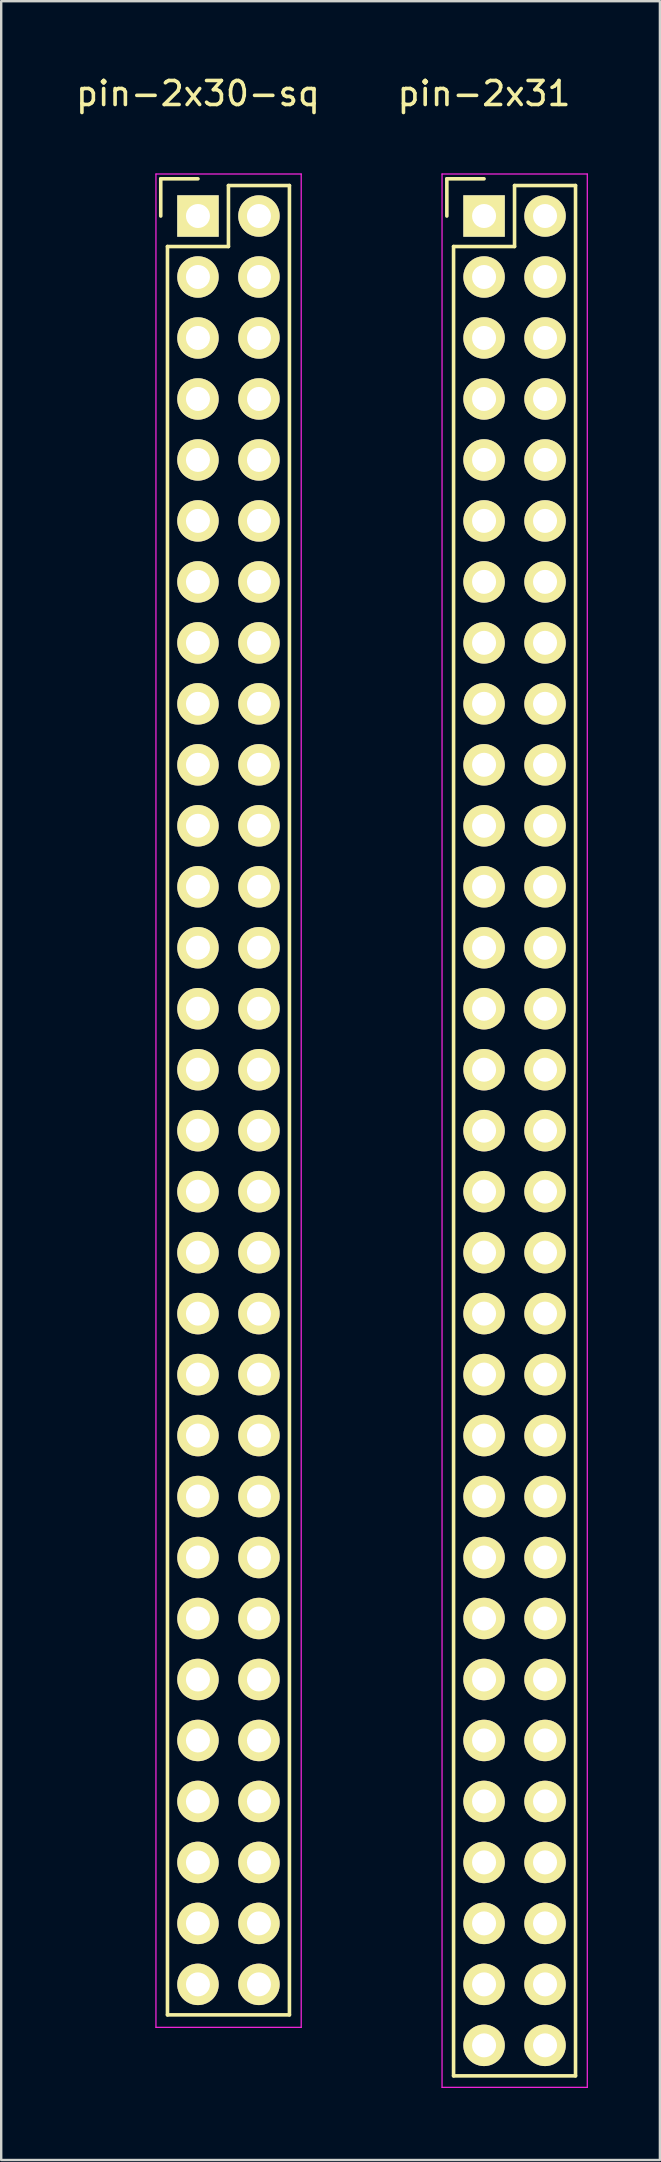
<source format=kicad_pcb>
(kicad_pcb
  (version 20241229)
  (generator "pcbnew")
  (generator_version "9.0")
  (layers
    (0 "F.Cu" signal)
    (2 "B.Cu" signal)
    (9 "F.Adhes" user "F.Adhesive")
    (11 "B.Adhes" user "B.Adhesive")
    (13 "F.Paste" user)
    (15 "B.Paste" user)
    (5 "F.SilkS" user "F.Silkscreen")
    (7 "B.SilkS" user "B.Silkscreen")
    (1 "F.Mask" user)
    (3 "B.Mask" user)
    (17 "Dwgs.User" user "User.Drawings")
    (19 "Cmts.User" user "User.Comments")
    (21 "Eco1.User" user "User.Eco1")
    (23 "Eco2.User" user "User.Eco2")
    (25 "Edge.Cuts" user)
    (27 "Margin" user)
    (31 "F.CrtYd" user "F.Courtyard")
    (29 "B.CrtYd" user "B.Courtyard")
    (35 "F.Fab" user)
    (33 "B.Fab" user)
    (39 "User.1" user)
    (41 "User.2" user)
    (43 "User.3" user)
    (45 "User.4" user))
  (footprint "pin-2x31"
    (layer "F.Cu")
    (at 17.113 5.948)
    (property "Reference" "pin-2x31" (at 0 -5.1 0) (layer "F.SilkS") (effects (font (size 1 1) (thickness 0.15))))
    (attr through_hole)
    (fp_line (start -1.55 -1.55) (end -1.55 0) (stroke (width 0.15) (type solid)) (layer "F.SilkS"))
    (fp_line (start -1.27 77.47) (end -1.27 1.27) (stroke (width 0.15) (type solid)) (layer "F.SilkS"))
    (fp_line (start 0 -1.55) (end -1.55 -1.55) (stroke (width 0.15) (type solid)) (layer "F.SilkS"))
    (fp_line (start 1.27 -1.27) (end 1.27 1.27) (stroke (width 0.15) (type solid)) (layer "F.SilkS"))
    (fp_line (start 1.27 1.27) (end -1.27 1.27) (stroke (width 0.15) (type solid)) (layer "F.SilkS"))
    (fp_line (start 3.81 -1.27) (end 1.27 -1.27) (stroke (width 0.15) (type solid)) (layer "F.SilkS"))
    (fp_line (start 3.81 -1.27) (end 3.81 77.47) (stroke (width 0.15) (type solid)) (layer "F.SilkS"))
    (fp_line (start 3.81 77.47) (end -1.27 77.47) (stroke (width 0.15) (type solid)) (layer "F.SilkS"))
    (fp_line (start -1.75 -1.75) (end -1.75 77.95) (stroke (width 0.05) (type solid)) (layer "F.CrtYd"))
    (fp_line (start -1.75 -1.75) (end 4.3 -1.75) (stroke (width 0.05) (type solid)) (layer "F.CrtYd"))
    (fp_line (start -1.75 77.95) (end 4.3 77.95) (stroke (width 0.05) (type solid)) (layer "F.CrtYd"))
    (fp_line (start 4.3 -1.75) (end 4.3 77.95) (stroke (width 0.05) (type solid)) (layer "F.CrtYd"))
    (pad "1" thru_hole rect (at 0 0) (size 1.727 1.727) (drill 1) (layers "*.Cu" "*.Mask" "F.SilkS"))
    (pad "2" thru_hole oval (at 2.54 0) (size 1.727 1.727) (drill 1) (layers "*.Cu" "*.Mask" "F.SilkS"))
    (pad "3" thru_hole oval (at 0 2.54) (size 1.727 1.727) (drill 1) (layers "*.Cu" "*.Mask" "F.SilkS"))
    (pad "4" thru_hole oval (at 2.54 2.54) (size 1.727 1.727) (drill 1) (layers "*.Cu" "*.Mask" "F.SilkS"))
    (pad "5" thru_hole oval (at 0 5.08) (size 1.727 1.727) (drill 1) (layers "*.Cu" "*.Mask" "F.SilkS"))
    (pad "6" thru_hole oval (at 2.54 5.08) (size 1.727 1.727) (drill 1) (layers "*.Cu" "*.Mask" "F.SilkS"))
    (pad "7" thru_hole oval (at 0 7.62) (size 1.727 1.727) (drill 1) (layers "*.Cu" "*.Mask" "F.SilkS"))
    (pad "8" thru_hole oval (at 2.54 7.62) (size 1.727 1.727) (drill 1) (layers "*.Cu" "*.Mask" "F.SilkS"))
    (pad "9" thru_hole oval (at 0 10.16) (size 1.727 1.727) (drill 1) (layers "*.Cu" "*.Mask" "F.SilkS"))
    (pad "10" thru_hole oval (at 2.54 10.16) (size 1.727 1.727) (drill 1) (layers "*.Cu" "*.Mask" "F.SilkS"))
    (pad "11" thru_hole oval (at 0 12.7) (size 1.727 1.727) (drill 1) (layers "*.Cu" "*.Mask" "F.SilkS"))
    (pad "12" thru_hole oval (at 2.54 12.7) (size 1.727 1.727) (drill 1) (layers "*.Cu" "*.Mask" "F.SilkS"))
    (pad "13" thru_hole oval (at 0 15.24) (size 1.727 1.727) (drill 1) (layers "*.Cu" "*.Mask" "F.SilkS"))
    (pad "14" thru_hole oval (at 2.54 15.24) (size 1.727 1.727) (drill 1) (layers "*.Cu" "*.Mask" "F.SilkS"))
    (pad "15" thru_hole oval (at 0 17.78) (size 1.727 1.727) (drill 1) (layers "*.Cu" "*.Mask" "F.SilkS"))
    (pad "16" thru_hole oval (at 2.54 17.78) (size 1.727 1.727) (drill 1) (layers "*.Cu" "*.Mask" "F.SilkS"))
    (pad "17" thru_hole oval (at 0 20.32) (size 1.727 1.727) (drill 1) (layers "*.Cu" "*.Mask" "F.SilkS"))
    (pad "18" thru_hole oval (at 2.54 20.32) (size 1.727 1.727) (drill 1) (layers "*.Cu" "*.Mask" "F.SilkS"))
    (pad "19" thru_hole oval (at 0 22.86) (size 1.727 1.727) (drill 1) (layers "*.Cu" "*.Mask" "F.SilkS"))
    (pad "20" thru_hole oval (at 2.54 22.86) (size 1.727 1.727) (drill 1) (layers "*.Cu" "*.Mask" "F.SilkS"))
    (pad "21" thru_hole oval (at 0 25.4) (size 1.727 1.727) (drill 1) (layers "*.Cu" "*.Mask" "F.SilkS"))
    (pad "22" thru_hole oval (at 2.54 25.4) (size 1.727 1.727) (drill 1) (layers "*.Cu" "*.Mask" "F.SilkS"))
    (pad "23" thru_hole oval (at 0 27.94) (size 1.727 1.727) (drill 1) (layers "*.Cu" "*.Mask" "F.SilkS"))
    (pad "24" thru_hole oval (at 2.54 27.94) (size 1.727 1.727) (drill 1) (layers "*.Cu" "*.Mask" "F.SilkS"))
    (pad "25" thru_hole oval (at 0 30.48) (size 1.727 1.727) (drill 1) (layers "*.Cu" "*.Mask" "F.SilkS"))
    (pad "26" thru_hole oval (at 2.54 30.48) (size 1.727 1.727) (drill 1) (layers "*.Cu" "*.Mask" "F.SilkS"))
    (pad "27" thru_hole oval (at 0 33.02) (size 1.727 1.727) (drill 1) (layers "*.Cu" "*.Mask" "F.SilkS"))
    (pad "28" thru_hole oval (at 2.54 33.02) (size 1.727 1.727) (drill 1) (layers "*.Cu" "*.Mask" "F.SilkS"))
    (pad "29" thru_hole oval (at 0 35.56) (size 1.727 1.727) (drill 1) (layers "*.Cu" "*.Mask" "F.SilkS"))
    (pad "30" thru_hole oval (at 2.54 35.56) (size 1.727 1.727) (drill 1) (layers "*.Cu" "*.Mask" "F.SilkS"))
    (pad "31" thru_hole oval (at 0 38.1) (size 1.727 1.727) (drill 1) (layers "*.Cu" "*.Mask" "F.SilkS"))
    (pad "32" thru_hole oval (at 2.54 38.1) (size 1.727 1.727) (drill 1) (layers "*.Cu" "*.Mask" "F.SilkS"))
    (pad "33" thru_hole oval (at 0 40.64) (size 1.727 1.727) (drill 1) (layers "*.Cu" "*.Mask" "F.SilkS"))
    (pad "34" thru_hole oval (at 2.54 40.64) (size 1.727 1.727) (drill 1) (layers "*.Cu" "*.Mask" "F.SilkS"))
    (pad "35" thru_hole oval (at 0 43.18) (size 1.727 1.727) (drill 1) (layers "*.Cu" "*.Mask" "F.SilkS"))
    (pad "36" thru_hole oval (at 2.54 43.18) (size 1.727 1.727) (drill 1) (layers "*.Cu" "*.Mask" "F.SilkS"))
    (pad "37" thru_hole oval (at 0 45.72) (size 1.727 1.727) (drill 1) (layers "*.Cu" "*.Mask" "F.SilkS"))
    (pad "38" thru_hole oval (at 2.54 45.72) (size 1.727 1.727) (drill 1) (layers "*.Cu" "*.Mask" "F.SilkS"))
    (pad "39" thru_hole oval (at 0 48.26) (size 1.727 1.727) (drill 1) (layers "*.Cu" "*.Mask" "F.SilkS"))
    (pad "40" thru_hole oval (at 2.54 48.26) (size 1.727 1.727) (drill 1) (layers "*.Cu" "*.Mask" "F.SilkS"))
    (pad "41" thru_hole oval (at 0 50.8) (size 1.727 1.727) (drill 1) (layers "*.Cu" "*.Mask" "F.SilkS"))
    (pad "42" thru_hole oval (at 2.54 50.8) (size 1.727 1.727) (drill 1) (layers "*.Cu" "*.Mask" "F.SilkS"))
    (pad "43" thru_hole oval (at 0 53.34) (size 1.727 1.727) (drill 1) (layers "*.Cu" "*.Mask" "F.SilkS"))
    (pad "44" thru_hole oval (at 2.54 53.34) (size 1.727 1.727) (drill 1) (layers "*.Cu" "*.Mask" "F.SilkS"))
    (pad "45" thru_hole oval (at 0 55.88) (size 1.727 1.727) (drill 1) (layers "*.Cu" "*.Mask" "F.SilkS"))
    (pad "46" thru_hole oval (at 2.54 55.88) (size 1.727 1.727) (drill 1) (layers "*.Cu" "*.Mask" "F.SilkS"))
    (pad "47" thru_hole oval (at 0 58.42) (size 1.727 1.727) (drill 1) (layers "*.Cu" "*.Mask" "F.SilkS"))
    (pad "48" thru_hole oval (at 2.54 58.42) (size 1.727 1.727) (drill 1) (layers "*.Cu" "*.Mask" "F.SilkS"))
    (pad "49" thru_hole oval (at 0 60.96) (size 1.727 1.727) (drill 1) (layers "*.Cu" "*.Mask" "F.SilkS"))
    (pad "50" thru_hole oval (at 2.54 60.96) (size 1.727 1.727) (drill 1) (layers "*.Cu" "*.Mask" "F.SilkS"))
    (pad "51" thru_hole oval (at 0 63.5) (size 1.727 1.727) (drill 1) (layers "*.Cu" "*.Mask" "F.SilkS"))
    (pad "52" thru_hole oval (at 2.54 63.5) (size 1.727 1.727) (drill 1) (layers "*.Cu" "*.Mask" "F.SilkS"))
    (pad "53" thru_hole oval (at 0 66.04) (size 1.727 1.727) (drill 1) (layers "*.Cu" "*.Mask" "F.SilkS"))
    (pad "54" thru_hole oval (at 2.54 66.04) (size 1.727 1.727) (drill 1) (layers "*.Cu" "*.Mask" "F.SilkS"))
    (pad "55" thru_hole oval (at 0 68.58) (size 1.727 1.727) (drill 1) (layers "*.Cu" "*.Mask" "F.SilkS"))
    (pad "56" thru_hole oval (at 2.54 68.58) (size 1.727 1.727) (drill 1) (layers "*.Cu" "*.Mask" "F.SilkS"))
    (pad "57" thru_hole oval (at 0 71.12) (size 1.727 1.727) (drill 1) (layers "*.Cu" "*.Mask" "F.SilkS"))
    (pad "58" thru_hole oval (at 2.54 71.12) (size 1.727 1.727) (drill 1) (layers "*.Cu" "*.Mask" "F.SilkS"))
    (pad "59" thru_hole oval (at 0 73.66) (size 1.727 1.727) (drill 1) (layers "*.Cu" "*.Mask" "F.SilkS"))
    (pad "60" thru_hole oval (at 2.54 73.66) (size 1.727 1.727) (drill 1) (layers "*.Cu" "*.Mask" "F.SilkS"))
    (pad "61" thru_hole oval (at 0 76.2) (size 1.727 1.727) (drill 1) (layers "*.Cu" "*.Mask" "F.SilkS"))
    (pad "62" thru_hole oval (at 2.54 76.2) (size 1.727 1.727) (drill 1) (layers "*.Cu" "*.Mask" "F.SilkS")))
  (footprint "pin-2x30-sq"
    (layer "F.Cu")
    (at 5.196 5.948)
    (property "Reference" "pin-2x30-sq" (at 0 -5.1 0) (layer "F.SilkS") (effects (font (size 1 1) (thickness 0.15))))
    (attr through_hole)
    (fp_line (start -1.55 -1.55) (end -1.55 0) (stroke (width 0.15) (type solid)) (layer "F.SilkS"))
    (fp_line (start -1.27 74.93) (end -1.27 1.27) (stroke (width 0.15) (type solid)) (layer "F.SilkS"))
    (fp_line (start 0 -1.55) (end -1.55 -1.55) (stroke (width 0.15) (type solid)) (layer "F.SilkS"))
    (fp_line (start 1.27 -1.27) (end 1.27 1.27) (stroke (width 0.15) (type solid)) (layer "F.SilkS"))
    (fp_line (start 1.27 1.27) (end -1.27 1.27) (stroke (width 0.15) (type solid)) (layer "F.SilkS"))
    (fp_line (start 3.81 -1.27) (end 1.27 -1.27) (stroke (width 0.15) (type solid)) (layer "F.SilkS"))
    (fp_line (start 3.81 -1.27) (end 3.81 74.93) (stroke (width 0.15) (type solid)) (layer "F.SilkS"))
    (fp_line (start 3.81 74.93) (end -1.27 74.93) (stroke (width 0.15) (type solid)) (layer "F.SilkS"))
    (fp_line (start -1.75 -1.75) (end -1.75 75.45) (stroke (width 0.05) (type solid)) (layer "F.CrtYd"))
    (fp_line (start -1.75 -1.75) (end 4.3 -1.75) (stroke (width 0.05) (type solid)) (layer "F.CrtYd"))
    (fp_line (start -1.75 75.45) (end 4.3 75.45) (stroke (width 0.05) (type solid)) (layer "F.CrtYd"))
    (fp_line (start 4.3 -1.75) (end 4.3 75.45) (stroke (width 0.05) (type solid)) (layer "F.CrtYd"))
    (pad "1" thru_hole rect (at 0 0) (size 1.727 1.727) (drill 1) (layers "*.Cu" "*.Mask" "F.SilkS"))
    (pad "2" thru_hole oval (at 2.54 0) (size 1.727 1.727) (drill 1) (layers "*.Cu" "*.Mask" "F.SilkS"))
    (pad "3" thru_hole oval (at 0 2.54) (size 1.727 1.727) (drill 1) (layers "*.Cu" "*.Mask" "F.SilkS"))
    (pad "4" thru_hole oval (at 2.54 2.54) (size 1.727 1.727) (drill 1) (layers "*.Cu" "*.Mask" "F.SilkS"))
    (pad "5" thru_hole oval (at 0 5.08) (size 1.727 1.727) (drill 1) (layers "*.Cu" "*.Mask" "F.SilkS"))
    (pad "6" thru_hole oval (at 2.54 5.08) (size 1.727 1.727) (drill 1) (layers "*.Cu" "*.Mask" "F.SilkS"))
    (pad "7" thru_hole oval (at 0 7.62) (size 1.727 1.727) (drill 1) (layers "*.Cu" "*.Mask" "F.SilkS"))
    (pad "8" thru_hole oval (at 2.54 7.62) (size 1.727 1.727) (drill 1) (layers "*.Cu" "*.Mask" "F.SilkS"))
    (pad "9" thru_hole oval (at 0 10.16) (size 1.727 1.727) (drill 1) (layers "*.Cu" "*.Mask" "F.SilkS"))
    (pad "10" thru_hole oval (at 2.54 10.16) (size 1.727 1.727) (drill 1) (layers "*.Cu" "*.Mask" "F.SilkS"))
    (pad "11" thru_hole oval (at 0 12.7) (size 1.727 1.727) (drill 1) (layers "*.Cu" "*.Mask" "F.SilkS"))
    (pad "12" thru_hole oval (at 2.54 12.7) (size 1.727 1.727) (drill 1) (layers "*.Cu" "*.Mask" "F.SilkS"))
    (pad "13" thru_hole oval (at 0 15.24) (size 1.727 1.727) (drill 1) (layers "*.Cu" "*.Mask" "F.SilkS"))
    (pad "14" thru_hole oval (at 2.54 15.24) (size 1.727 1.727) (drill 1) (layers "*.Cu" "*.Mask" "F.SilkS"))
    (pad "15" thru_hole oval (at 0 17.78) (size 1.727 1.727) (drill 1) (layers "*.Cu" "*.Mask" "F.SilkS"))
    (pad "16" thru_hole oval (at 2.54 17.78) (size 1.727 1.727) (drill 1) (layers "*.Cu" "*.Mask" "F.SilkS"))
    (pad "17" thru_hole oval (at 0 20.32) (size 1.727 1.727) (drill 1) (layers "*.Cu" "*.Mask" "F.SilkS"))
    (pad "18" thru_hole oval (at 2.54 20.32) (size 1.727 1.727) (drill 1) (layers "*.Cu" "*.Mask" "F.SilkS"))
    (pad "19" thru_hole oval (at 0 22.86) (size 1.727 1.727) (drill 1) (layers "*.Cu" "*.Mask" "F.SilkS"))
    (pad "20" thru_hole oval (at 2.54 22.86) (size 1.727 1.727) (drill 1) (layers "*.Cu" "*.Mask" "F.SilkS"))
    (pad "21" thru_hole oval (at 0 25.4) (size 1.727 1.727) (drill 1) (layers "*.Cu" "*.Mask" "F.SilkS"))
    (pad "22" thru_hole oval (at 2.54 25.4) (size 1.727 1.727) (drill 1) (layers "*.Cu" "*.Mask" "F.SilkS"))
    (pad "23" thru_hole oval (at 0 27.94) (size 1.727 1.727) (drill 1) (layers "*.Cu" "*.Mask" "F.SilkS"))
    (pad "24" thru_hole oval (at 2.54 27.94) (size 1.727 1.727) (drill 1) (layers "*.Cu" "*.Mask" "F.SilkS"))
    (pad "25" thru_hole oval (at 0 30.48) (size 1.727 1.727) (drill 1) (layers "*.Cu" "*.Mask" "F.SilkS"))
    (pad "26" thru_hole oval (at 2.54 30.48) (size 1.727 1.727) (drill 1) (layers "*.Cu" "*.Mask" "F.SilkS"))
    (pad "27" thru_hole oval (at 0 33.02) (size 1.727 1.727) (drill 1) (layers "*.Cu" "*.Mask" "F.SilkS"))
    (pad "28" thru_hole oval (at 2.54 33.02) (size 1.727 1.727) (drill 1) (layers "*.Cu" "*.Mask" "F.SilkS"))
    (pad "29" thru_hole oval (at 0 35.56) (size 1.727 1.727) (drill 1) (layers "*.Cu" "*.Mask" "F.SilkS"))
    (pad "30" thru_hole oval (at 2.54 35.56) (size 1.727 1.727) (drill 1) (layers "*.Cu" "*.Mask" "F.SilkS"))
    (pad "31" thru_hole oval (at 0 38.1) (size 1.727 1.727) (drill 1) (layers "*.Cu" "*.Mask" "F.SilkS"))
    (pad "32" thru_hole oval (at 2.54 38.1) (size 1.727 1.727) (drill 1) (layers "*.Cu" "*.Mask" "F.SilkS"))
    (pad "33" thru_hole oval (at 0 40.64) (size 1.727 1.727) (drill 1) (layers "*.Cu" "*.Mask" "F.SilkS"))
    (pad "34" thru_hole oval (at 2.54 40.64) (size 1.727 1.727) (drill 1) (layers "*.Cu" "*.Mask" "F.SilkS"))
    (pad "35" thru_hole oval (at 0 43.18) (size 1.727 1.727) (drill 1) (layers "*.Cu" "*.Mask" "F.SilkS"))
    (pad "36" thru_hole oval (at 2.54 43.18) (size 1.727 1.727) (drill 1) (layers "*.Cu" "*.Mask" "F.SilkS"))
    (pad "37" thru_hole oval (at 0 45.72) (size 1.727 1.727) (drill 1) (layers "*.Cu" "*.Mask" "F.SilkS"))
    (pad "38" thru_hole oval (at 2.54 45.72) (size 1.727 1.727) (drill 1) (layers "*.Cu" "*.Mask" "F.SilkS"))
    (pad "39" thru_hole oval (at 0 48.26) (size 1.727 1.727) (drill 1) (layers "*.Cu" "*.Mask" "F.SilkS"))
    (pad "40" thru_hole oval (at 2.54 48.26) (size 1.727 1.727) (drill 1) (layers "*.Cu" "*.Mask" "F.SilkS"))
    (pad "41" thru_hole oval (at 0 50.8) (size 1.727 1.727) (drill 1) (layers "*.Cu" "*.Mask" "F.SilkS"))
    (pad "42" thru_hole oval (at 2.54 50.8) (size 1.727 1.727) (drill 1) (layers "*.Cu" "*.Mask" "F.SilkS"))
    (pad "43" thru_hole oval (at 0 53.34) (size 1.727 1.727) (drill 1) (layers "*.Cu" "*.Mask" "F.SilkS"))
    (pad "44" thru_hole oval (at 2.54 53.34) (size 1.727 1.727) (drill 1) (layers "*.Cu" "*.Mask" "F.SilkS"))
    (pad "45" thru_hole oval (at 0 55.88) (size 1.727 1.727) (drill 1) (layers "*.Cu" "*.Mask" "F.SilkS"))
    (pad "46" thru_hole oval (at 2.54 55.88) (size 1.727 1.727) (drill 1) (layers "*.Cu" "*.Mask" "F.SilkS"))
    (pad "47" thru_hole oval (at 0 58.42) (size 1.727 1.727) (drill 1) (layers "*.Cu" "*.Mask" "F.SilkS"))
    (pad "48" thru_hole oval (at 2.54 58.42) (size 1.727 1.727) (drill 1) (layers "*.Cu" "*.Mask" "F.SilkS"))
    (pad "49" thru_hole oval (at 0 60.96) (size 1.727 1.727) (drill 1) (layers "*.Cu" "*.Mask" "F.SilkS"))
    (pad "50" thru_hole oval (at 2.54 60.96) (size 1.727 1.727) (drill 1) (layers "*.Cu" "*.Mask" "F.SilkS"))
    (pad "51" thru_hole oval (at 0 63.5) (size 1.727 1.727) (drill 1) (layers "*.Cu" "*.Mask" "F.SilkS"))
    (pad "52" thru_hole oval (at 2.54 63.5) (size 1.727 1.727) (drill 1) (layers "*.Cu" "*.Mask" "F.SilkS"))
    (pad "53" thru_hole oval (at 0 66.04) (size 1.727 1.727) (drill 1) (layers "*.Cu" "*.Mask" "F.SilkS"))
    (pad "54" thru_hole oval (at 2.54 66.04) (size 1.727 1.727) (drill 1) (layers "*.Cu" "*.Mask" "F.SilkS"))
    (pad "55" thru_hole oval (at 0 68.58) (size 1.727 1.727) (drill 1) (layers "*.Cu" "*.Mask" "F.SilkS"))
    (pad "56" thru_hole oval (at 2.54 68.58) (size 1.727 1.727) (drill 1) (layers "*.Cu" "*.Mask" "F.SilkS"))
    (pad "57" thru_hole oval (at 0 71.12) (size 1.727 1.727) (drill 1) (layers "*.Cu" "*.Mask" "F.SilkS"))
    (pad "58" thru_hole oval (at 2.54 71.12) (size 1.727 1.727) (drill 1) (layers "*.Cu" "*.Mask" "F.SilkS"))
    (pad "59" thru_hole oval (at 0 73.66) (size 1.727 1.727) (drill 1) (layers "*.Cu" "*.Mask" "F.SilkS"))
    (pad "60" thru_hole oval (at 2.54 73.66) (size 1.727 1.727) (drill 1) (layers "*.Cu" "*.Mask" "F.SilkS")))
  (gr_rect
    (start -3 -3)
    (end 24.438 86.923)
    (stroke (width 0.1) (type default))
    (fill no)
    (layer "Edge.Cuts")))
</source>
